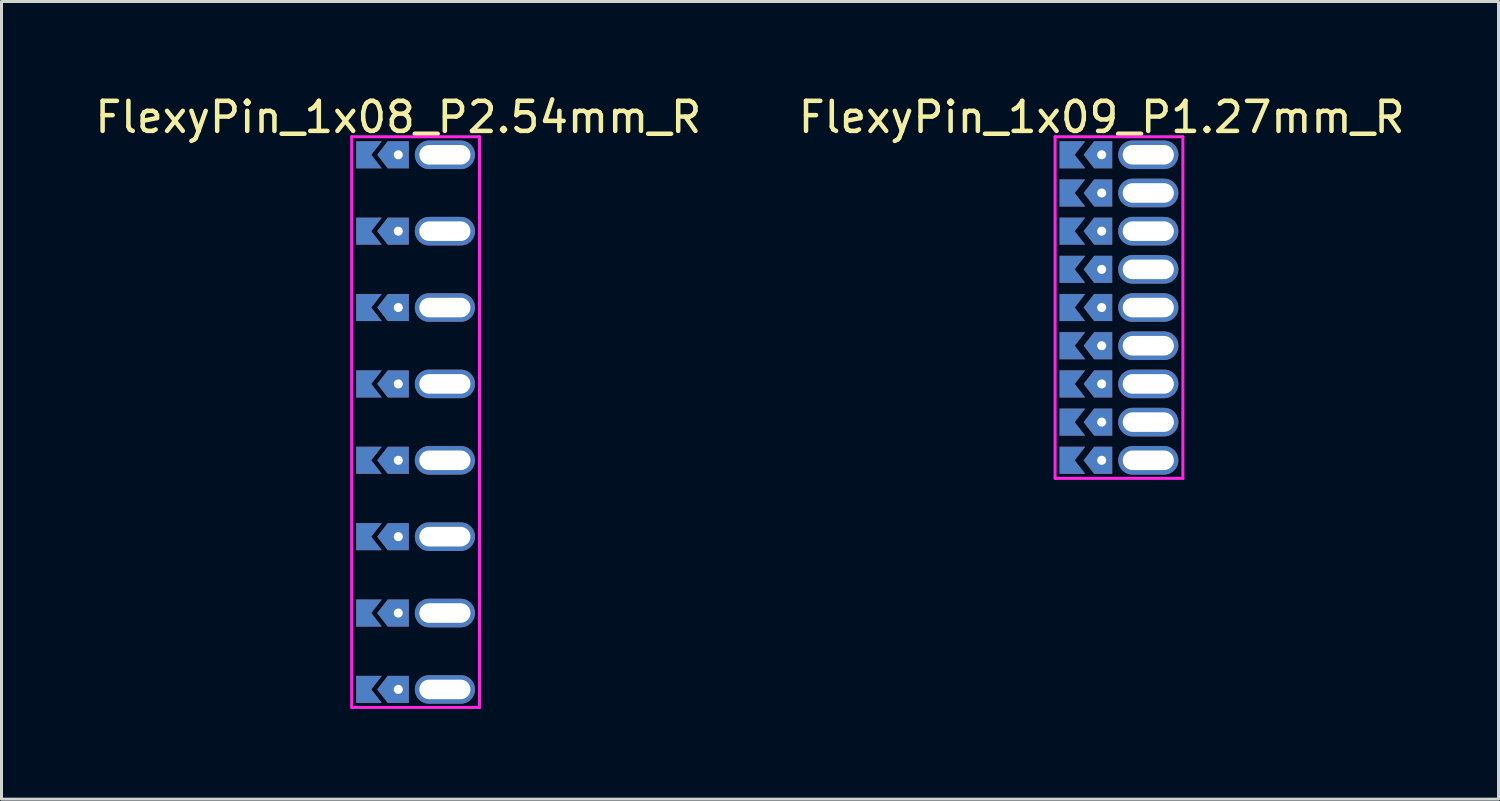
<source format=kicad_pcb>
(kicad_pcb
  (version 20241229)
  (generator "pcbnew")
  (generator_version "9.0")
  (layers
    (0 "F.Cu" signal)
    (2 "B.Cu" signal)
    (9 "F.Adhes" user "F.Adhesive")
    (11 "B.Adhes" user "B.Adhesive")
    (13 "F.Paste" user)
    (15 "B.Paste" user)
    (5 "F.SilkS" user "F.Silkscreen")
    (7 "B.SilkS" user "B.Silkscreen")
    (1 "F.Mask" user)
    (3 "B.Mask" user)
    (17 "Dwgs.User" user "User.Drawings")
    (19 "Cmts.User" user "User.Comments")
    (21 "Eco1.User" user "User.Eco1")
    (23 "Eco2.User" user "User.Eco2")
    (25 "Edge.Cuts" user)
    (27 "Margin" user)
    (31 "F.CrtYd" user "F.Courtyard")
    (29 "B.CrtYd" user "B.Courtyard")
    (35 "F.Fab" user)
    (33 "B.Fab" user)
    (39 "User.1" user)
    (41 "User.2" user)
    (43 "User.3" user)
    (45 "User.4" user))
  (footprint "FlexyPin_1x08_P2.54mm_R"
    (layer "F.Cu")
    (at 10.196 2.098)
    (property "Reference" "FlexyPin_1x08_P2.54mm_R" (at 0 -1.25 0) (layer "F.SilkS") (effects (font (size 1 1) (thickness 0.15))))
    (attr through_hole)
    (fp_line (start -1.55 -0.6) (end 2.7 -0.6) (stroke (width 0.1) (type solid)) (layer "F.CrtYd"))
    (fp_line (start -1.55 18.38) (end -1.55 -0.6) (stroke (width 0.1) (type solid)) (layer "F.CrtYd"))
    (fp_line (start 2.7 -0.6) (end 2.7 18.38) (stroke (width 0.1) (type solid)) (layer "F.CrtYd"))
    (fp_line (start 2.7 18.38) (end -1.55 18.38) (stroke (width 0.1) (type solid)) (layer "F.CrtYd"))
    (pad "" thru_hole custom (at 0 0) (size 0.3 0.3) (drill 0.6) (layers "*.Cu" "*.Mask") (options (anchor rect)) (primitives (gr_poly (pts (xy 0.35 0.45) (xy 0.35 -0.45) (xy -0.35 -0.45) (xy -0.7 0) (xy -0.35 0.45)) (width 0) (fill yes))))
    (pad "" thru_hole custom (at 0 2.54) (size 0.3 0.3) (drill 0.6) (layers "*.Cu" "*.Mask") (options (anchor rect)) (primitives (gr_poly (pts (xy 0.35 0.45) (xy 0.35 -0.45) (xy -0.35 -0.45) (xy -0.7 0) (xy -0.35 0.45)) (width 0) (fill yes))))
    (pad "" thru_hole custom (at 0 5.08) (size 0.3 0.3) (drill 0.6) (layers "*.Cu" "*.Mask") (options (anchor rect)) (primitives (gr_poly (pts (xy 0.35 0.45) (xy 0.35 -0.45) (xy -0.35 -0.45) (xy -0.7 0) (xy -0.35 0.45)) (width 0) (fill yes))))
    (pad "" thru_hole custom (at 0 7.62) (size 0.3 0.3) (drill 0.6) (layers "*.Cu" "*.Mask") (options (anchor rect)) (primitives (gr_poly (pts (xy 0.35 0.45) (xy 0.35 -0.45) (xy -0.35 -0.45) (xy -0.7 0) (xy -0.35 0.45)) (width 0) (fill yes))))
    (pad "" thru_hole custom (at 0 10.16) (size 0.3 0.3) (drill 0.6) (layers "*.Cu" "*.Mask") (options (anchor rect)) (primitives (gr_poly (pts (xy 0.35 0.45) (xy 0.35 -0.45) (xy -0.35 -0.45) (xy -0.7 0) (xy -0.35 0.45)) (width 0) (fill yes))))
    (pad "" thru_hole custom (at 0 12.7) (size 0.3 0.3) (drill 0.6) (layers "*.Cu" "*.Mask") (options (anchor rect)) (primitives (gr_poly (pts (xy 0.35 0.45) (xy 0.35 -0.45) (xy -0.35 -0.45) (xy -0.7 0) (xy -0.35 0.45)) (width 0) (fill yes))))
    (pad "" thru_hole custom (at 0 15.24) (size 0.3 0.3) (drill 0.6) (layers "*.Cu" "*.Mask") (options (anchor rect)) (primitives (gr_poly (pts (xy 0.35 0.45) (xy 0.35 -0.45) (xy -0.35 -0.45) (xy -0.7 0) (xy -0.35 0.45)) (width 0) (fill yes))))
    (pad "" thru_hole custom (at 0 17.78) (size 0.3 0.3) (drill 0.6) (layers "*.Cu" "*.Mask") (options (anchor rect)) (primitives (gr_poly (pts (xy 0.35 0.45) (xy 0.35 -0.45) (xy -0.35 -0.45) (xy -0.7 0) (xy -0.35 0.45)) (width 0) (fill yes))))
    (pad "" thru_hole oval (at 1.55 0) (size 2 0.95) (drill oval 1.7 0.65) (layers "*.Cu" "*.Mask"))
    (pad "" thru_hole oval (at 1.55 2.54) (size 2 0.95) (drill oval 1.7 0.65) (layers "*.Cu" "*.Mask"))
    (pad "" thru_hole oval (at 1.55 5.08) (size 2 0.95) (drill oval 1.7 0.65) (layers "*.Cu" "*.Mask"))
    (pad "" thru_hole oval (at 1.55 7.62) (size 2 0.95) (drill oval 1.7 0.65) (layers "*.Cu" "*.Mask"))
    (pad "" thru_hole oval (at 1.55 10.16) (size 2 0.95) (drill oval 1.7 0.65) (layers "*.Cu" "*.Mask"))
    (pad "" thru_hole oval (at 1.55 12.7) (size 2 0.95) (drill oval 1.7 0.65) (layers "*.Cu" "*.Mask"))
    (pad "" thru_hole oval (at 1.55 15.24) (size 2 0.95) (drill oval 1.7 0.65) (layers "*.Cu" "*.Mask"))
    (pad "" thru_hole oval (at 1.55 17.78) (size 2 0.95) (drill oval 1.7 0.65) (layers "*.Cu" "*.Mask"))
    (pad "1" smd custom (at -0.9 0) (size 0.01 0.01) (layers "F.Cu" "F.Mask") (options (anchor rect)) (primitives (gr_poly (pts (xy 0 0) (xy 0.35 0.45) (xy -0.5 0.45) (xy -0.5 -0.45) (xy 0.35 -0.45)) (width 0) (fill yes))))
    (pad "1" smd custom (at -0.9 2.54) (size 0.01 0.01) (layers "F.Cu" "F.Mask") (options (anchor rect)) (primitives (gr_poly (pts (xy 0 0) (xy 0.35 0.45) (xy -0.5 0.45) (xy -0.5 -0.45) (xy 0.35 -0.45)) (width 0) (fill yes))))
    (pad "1" smd custom (at -0.9 5.08) (size 0.01 0.01) (layers "F.Cu" "F.Mask") (options (anchor rect)) (primitives (gr_poly (pts (xy 0 0) (xy 0.35 0.45) (xy -0.5 0.45) (xy -0.5 -0.45) (xy 0.35 -0.45)) (width 0) (fill yes))))
    (pad "1" smd custom (at -0.9 7.62) (size 0.01 0.01) (layers "F.Cu" "F.Mask") (options (anchor rect)) (primitives (gr_poly (pts (xy 0 0) (xy 0.35 0.45) (xy -0.5 0.45) (xy -0.5 -0.45) (xy 0.35 -0.45)) (width 0) (fill yes))))
    (pad "1" smd custom (at -0.9 10.16) (size 0.01 0.01) (layers "F.Cu" "F.Mask") (options (anchor rect)) (primitives (gr_poly (pts (xy 0 0) (xy 0.35 0.45) (xy -0.5 0.45) (xy -0.5 -0.45) (xy 0.35 -0.45)) (width 0) (fill yes))))
    (pad "1" smd custom (at -0.9 12.7) (size 0.01 0.01) (layers "F.Cu" "F.Mask") (options (anchor rect)) (primitives (gr_poly (pts (xy 0 0) (xy 0.35 0.45) (xy -0.5 0.45) (xy -0.5 -0.45) (xy 0.35 -0.45)) (width 0) (fill yes))))
    (pad "1" smd custom (at -0.9 15.24) (size 0.01 0.01) (layers "F.Cu" "F.Mask") (options (anchor rect)) (primitives (gr_poly (pts (xy 0 0) (xy 0.35 0.45) (xy -0.5 0.45) (xy -0.5 -0.45) (xy 0.35 -0.45)) (width 0) (fill yes))))
    (pad "1" smd custom (at -0.9 17.78) (size 0.01 0.01) (layers "F.Cu" "F.Mask") (options (anchor rect)) (primitives (gr_poly (pts (xy 0 0) (xy 0.35 0.45) (xy -0.5 0.45) (xy -0.5 -0.45) (xy 0.35 -0.45)) (width 0) (fill yes))))
    (pad "2" smd custom (at -0.9 0) (size 0.01 0.01) (layers "B.Cu" "B.Mask") (options (anchor rect)) (primitives (gr_poly (pts (xy 0 0) (xy 0.35 0.45) (xy -0.5 0.45) (xy -0.5 -0.45) (xy 0.35 -0.45)) (width 0) (fill yes))))
    (pad "2" smd custom (at -0.9 2.54) (size 0.01 0.01) (layers "B.Cu" "B.Mask") (options (anchor rect)) (primitives (gr_poly (pts (xy 0 0) (xy 0.35 0.45) (xy -0.5 0.45) (xy -0.5 -0.45) (xy 0.35 -0.45)) (width 0) (fill yes))))
    (pad "2" smd custom (at -0.9 5.08) (size 0.01 0.01) (layers "B.Cu" "B.Mask") (options (anchor rect)) (primitives (gr_poly (pts (xy 0 0) (xy 0.35 0.45) (xy -0.5 0.45) (xy -0.5 -0.45) (xy 0.35 -0.45)) (width 0) (fill yes))))
    (pad "2" smd custom (at -0.9 7.62) (size 0.01 0.01) (layers "B.Cu" "B.Mask") (options (anchor rect)) (primitives (gr_poly (pts (xy 0 0) (xy 0.35 0.45) (xy -0.5 0.45) (xy -0.5 -0.45) (xy 0.35 -0.45)) (width 0) (fill yes))))
    (pad "2" smd custom (at -0.9 10.16) (size 0.01 0.01) (layers "B.Cu" "B.Mask") (options (anchor rect)) (primitives (gr_poly (pts (xy 0 0) (xy 0.35 0.45) (xy -0.5 0.45) (xy -0.5 -0.45) (xy 0.35 -0.45)) (width 0) (fill yes))))
    (pad "2" smd custom (at -0.9 12.7) (size 0.01 0.01) (layers "B.Cu" "B.Mask") (options (anchor rect)) (primitives (gr_poly (pts (xy 0 0) (xy 0.35 0.45) (xy -0.5 0.45) (xy -0.5 -0.45) (xy 0.35 -0.45)) (width 0) (fill yes))))
    (pad "2" smd custom (at -0.9 15.24) (size 0.01 0.01) (layers "B.Cu" "B.Mask") (options (anchor rect)) (primitives (gr_poly (pts (xy 0 0) (xy 0.35 0.45) (xy -0.5 0.45) (xy -0.5 -0.45) (xy 0.35 -0.45)) (width 0) (fill yes))))
    (pad "2" smd custom (at -0.9 17.78) (size 0.01 0.01) (layers "B.Cu" "B.Mask") (options (anchor rect)) (primitives (gr_poly (pts (xy 0 0) (xy 0.35 0.45) (xy -0.5 0.45) (xy -0.5 -0.45) (xy 0.35 -0.45)) (width 0) (fill yes)))))
  (footprint "FlexyPin_1x09_P1.27mm_R"
    (layer "F.Cu")
    (at 33.589 2.098)
    (property "Reference" "FlexyPin_1x09_P1.27mm_R" (at 0 -1.25 0) (layer "F.SilkS") (effects (font (size 1 1) (thickness 0.15))))
    (attr through_hole)
    (fp_line (start -1.55 -0.6) (end 2.7 -0.6) (stroke (width 0.1) (type solid)) (layer "F.CrtYd"))
    (fp_line (start -1.55 10.76) (end -1.55 -0.6) (stroke (width 0.1) (type solid)) (layer "F.CrtYd"))
    (fp_line (start 2.7 -0.6) (end 2.7 10.76) (stroke (width 0.1) (type solid)) (layer "F.CrtYd"))
    (fp_line (start 2.7 10.76) (end -1.55 10.76) (stroke (width 0.1) (type solid)) (layer "F.CrtYd"))
    (pad "" thru_hole custom (at 0 0) (size 0.3 0.3) (drill 0.6) (layers "*.Cu" "*.Mask") (options (anchor rect)) (primitives (gr_poly (pts (xy 0.35 0.45) (xy 0.35 -0.45) (xy -0.25 -0.45) (xy -0.6 0) (xy -0.25 0.45)) (width 0) (fill yes))))
    (pad "" thru_hole custom (at 0 1.27) (size 0.3 0.3) (drill 0.6) (layers "*.Cu" "*.Mask") (options (anchor rect)) (primitives (gr_poly (pts (xy 0.35 0.45) (xy 0.35 -0.45) (xy -0.25 -0.45) (xy -0.6 0) (xy -0.25 0.45)) (width 0) (fill yes))))
    (pad "" thru_hole custom (at 0 2.54) (size 0.3 0.3) (drill 0.6) (layers "*.Cu" "*.Mask") (options (anchor rect)) (primitives (gr_poly (pts (xy 0.35 0.45) (xy 0.35 -0.45) (xy -0.25 -0.45) (xy -0.6 0) (xy -0.25 0.45)) (width 0) (fill yes))))
    (pad "" thru_hole custom (at 0 3.81) (size 0.3 0.3) (drill 0.6) (layers "*.Cu" "*.Mask") (options (anchor rect)) (primitives (gr_poly (pts (xy 0.35 0.45) (xy 0.35 -0.45) (xy -0.25 -0.45) (xy -0.6 0) (xy -0.25 0.45)) (width 0) (fill yes))))
    (pad "" thru_hole custom (at 0 5.08) (size 0.3 0.3) (drill 0.6) (layers "*.Cu" "*.Mask") (options (anchor rect)) (primitives (gr_poly (pts (xy 0.35 0.45) (xy 0.35 -0.45) (xy -0.25 -0.45) (xy -0.6 0) (xy -0.25 0.45)) (width 0) (fill yes))))
    (pad "" thru_hole custom (at 0 6.35) (size 0.3 0.3) (drill 0.6) (layers "*.Cu" "*.Mask") (options (anchor rect)) (primitives (gr_poly (pts (xy 0.35 0.45) (xy 0.35 -0.45) (xy -0.25 -0.45) (xy -0.6 0) (xy -0.25 0.45)) (width 0) (fill yes))))
    (pad "" thru_hole custom (at 0 7.62) (size 0.3 0.3) (drill 0.6) (layers "*.Cu" "*.Mask") (options (anchor rect)) (primitives (gr_poly (pts (xy 0.35 0.45) (xy 0.35 -0.45) (xy -0.25 -0.45) (xy -0.6 0) (xy -0.25 0.45)) (width 0) (fill yes))))
    (pad "" thru_hole custom (at 0 8.89) (size 0.3 0.3) (drill 0.6) (layers "*.Cu" "*.Mask") (options (anchor rect)) (primitives (gr_poly (pts (xy 0.35 0.45) (xy 0.35 -0.45) (xy -0.25 -0.45) (xy -0.6 0) (xy -0.25 0.45)) (width 0) (fill yes))))
    (pad "" thru_hole custom (at 0 10.16) (size 0.3 0.3) (drill 0.6) (layers "*.Cu" "*.Mask") (options (anchor rect)) (primitives (gr_poly (pts (xy 0.35 0.45) (xy 0.35 -0.45) (xy -0.25 -0.45) (xy -0.6 0) (xy -0.25 0.45)) (width 0) (fill yes))))
    (pad "" thru_hole oval (at 1.55 0) (size 2 0.95) (drill oval 1.7 0.65) (layers "*.Cu" "*.Mask"))
    (pad "" thru_hole oval (at 1.55 1.27) (size 2 0.95) (drill oval 1.7 0.65) (layers "*.Cu" "*.Mask"))
    (pad "" thru_hole oval (at 1.55 2.54) (size 2 0.95) (drill oval 1.7 0.65) (layers "*.Cu" "*.Mask"))
    (pad "" thru_hole oval (at 1.55 3.81) (size 2 0.95) (drill oval 1.7 0.65) (layers "*.Cu" "*.Mask"))
    (pad "" thru_hole oval (at 1.55 5.08) (size 2 0.95) (drill oval 1.7 0.65) (layers "*.Cu" "*.Mask"))
    (pad "" thru_hole oval (at 1.55 6.35) (size 2 0.95) (drill oval 1.7 0.65) (layers "*.Cu" "*.Mask"))
    (pad "" thru_hole oval (at 1.55 7.62) (size 2 0.95) (drill oval 1.7 0.65) (layers "*.Cu" "*.Mask"))
    (pad "" thru_hole oval (at 1.55 8.89) (size 2 0.95) (drill oval 1.7 0.65) (layers "*.Cu" "*.Mask"))
    (pad "" thru_hole oval (at 1.55 10.16) (size 2 0.95) (drill oval 1.7 0.65) (layers "*.Cu" "*.Mask"))
    (pad "1" smd custom (at -0.9 0) (size 0.01 0.01) (layers "F.Cu" "F.Mask") (options (anchor rect)) (primitives (gr_poly (pts (xy 0 0) (xy 0.35 0.45) (xy -0.5 0.45) (xy -0.5 -0.45) (xy 0.35 -0.45)) (width 0) (fill yes))))
    (pad "2" smd custom (at -0.9 1.27) (size 0.01 0.01) (layers "F.Cu" "F.Mask") (options (anchor rect)) (primitives (gr_poly (pts (xy 0 0) (xy 0.35 0.45) (xy -0.5 0.45) (xy -0.5 -0.45) (xy 0.35 -0.45)) (width 0) (fill yes))))
    (pad "3" smd custom (at -0.9 2.54) (size 0.01 0.01) (layers "F.Cu" "F.Mask") (options (anchor rect)) (primitives (gr_poly (pts (xy 0 0) (xy 0.35 0.45) (xy -0.5 0.45) (xy -0.5 -0.45) (xy 0.35 -0.45)) (width 0) (fill yes))))
    (pad "4" smd custom (at -0.9 3.81) (size 0.01 0.01) (layers "F.Cu" "F.Mask") (options (anchor rect)) (primitives (gr_poly (pts (xy 0 0) (xy 0.35 0.45) (xy -0.5 0.45) (xy -0.5 -0.45) (xy 0.35 -0.45)) (width 0) (fill yes))))
    (pad "5" smd custom (at -0.9 5.08) (size 0.01 0.01) (layers "F.Cu" "F.Mask") (options (anchor rect)) (primitives (gr_poly (pts (xy 0 0) (xy 0.35 0.45) (xy -0.5 0.45) (xy -0.5 -0.45) (xy 0.35 -0.45)) (width 0) (fill yes))))
    (pad "6" smd custom (at -0.9 6.35) (size 0.01 0.01) (layers "F.Cu" "F.Mask") (options (anchor rect)) (primitives (gr_poly (pts (xy 0 0) (xy 0.35 0.45) (xy -0.5 0.45) (xy -0.5 -0.45) (xy 0.35 -0.45)) (width 0) (fill yes))))
    (pad "7" smd custom (at -0.9 7.62) (size 0.01 0.01) (layers "F.Cu" "F.Mask") (options (anchor rect)) (primitives (gr_poly (pts (xy 0 0) (xy 0.35 0.45) (xy -0.5 0.45) (xy -0.5 -0.45) (xy 0.35 -0.45)) (width 0) (fill yes))))
    (pad "8" smd custom (at -0.9 8.89) (size 0.01 0.01) (layers "F.Cu" "F.Mask") (options (anchor rect)) (primitives (gr_poly (pts (xy 0 0) (xy 0.35 0.45) (xy -0.5 0.45) (xy -0.5 -0.45) (xy 0.35 -0.45)) (width 0) (fill yes))))
    (pad "9" smd custom (at -0.9 10.16) (size 0.01 0.01) (layers "F.Cu" "F.Mask") (options (anchor rect)) (primitives (gr_poly (pts (xy 0 0) (xy 0.35 0.45) (xy -0.5 0.45) (xy -0.5 -0.45) (xy 0.35 -0.45)) (width 0) (fill yes))))
    (pad "10" smd custom (at -0.9 0) (size 0.01 0.01) (layers "B.Cu" "B.Mask") (options (anchor rect)) (primitives (gr_poly (pts (xy 0 0) (xy 0.35 0.45) (xy -0.5 0.45) (xy -0.5 -0.45) (xy 0.35 -0.45)) (width 0) (fill yes))))
    (pad "11" smd custom (at -0.9 1.27) (size 0.01 0.01) (layers "B.Cu" "B.Mask") (options (anchor rect)) (primitives (gr_poly (pts (xy 0 0) (xy 0.35 0.45) (xy -0.5 0.45) (xy -0.5 -0.45) (xy 0.35 -0.45)) (width 0) (fill yes))))
    (pad "12" smd custom (at -0.9 2.54) (size 0.01 0.01) (layers "B.Cu" "B.Mask") (options (anchor rect)) (primitives (gr_poly (pts (xy 0 0) (xy 0.35 0.45) (xy -0.5 0.45) (xy -0.5 -0.45) (xy 0.35 -0.45)) (width 0) (fill yes))))
    (pad "13" smd custom (at -0.9 3.81) (size 0.01 0.01) (layers "B.Cu" "B.Mask") (options (anchor rect)) (primitives (gr_poly (pts (xy 0 0) (xy 0.35 0.45) (xy -0.5 0.45) (xy -0.5 -0.45) (xy 0.35 -0.45)) (width 0) (fill yes))))
    (pad "14" smd custom (at -0.9 5.08) (size 0.01 0.01) (layers "B.Cu" "B.Mask") (options (anchor rect)) (primitives (gr_poly (pts (xy 0 0) (xy 0.35 0.45) (xy -0.5 0.45) (xy -0.5 -0.45) (xy 0.35 -0.45)) (width 0) (fill yes))))
    (pad "15" smd custom (at -0.9 6.35) (size 0.01 0.01) (layers "B.Cu" "B.Mask") (options (anchor rect)) (primitives (gr_poly (pts (xy 0 0) (xy 0.35 0.45) (xy -0.5 0.45) (xy -0.5 -0.45) (xy 0.35 -0.45)) (width 0) (fill yes))))
    (pad "16" smd custom (at -0.9 7.62) (size 0.01 0.01) (layers "B.Cu" "B.Mask") (options (anchor rect)) (primitives (gr_poly (pts (xy 0 0) (xy 0.35 0.45) (xy -0.5 0.45) (xy -0.5 -0.45) (xy 0.35 -0.45)) (width 0) (fill yes))))
    (pad "17" smd custom (at -0.9 8.89) (size 0.01 0.01) (layers "B.Cu" "B.Mask") (options (anchor rect)) (primitives (gr_poly (pts (xy 0 0) (xy 0.35 0.45) (xy -0.5 0.45) (xy -0.5 -0.45) (xy 0.35 -0.45)) (width 0) (fill yes))))
    (pad "18" smd custom (at -0.9 10.16) (size 0.01 0.01) (layers "B.Cu" "B.Mask") (options (anchor rect)) (primitives (gr_poly (pts (xy 0 0) (xy 0.35 0.45) (xy -0.5 0.45) (xy -0.5 -0.45) (xy 0.35 -0.45)) (width 0) (fill yes)))))
  (gr_rect
    (start -3 -3)
    (end 46.786 23.528)
    (stroke (width 0.1) (type default))
    (fill no)
    (layer "Edge.Cuts")))
</source>
